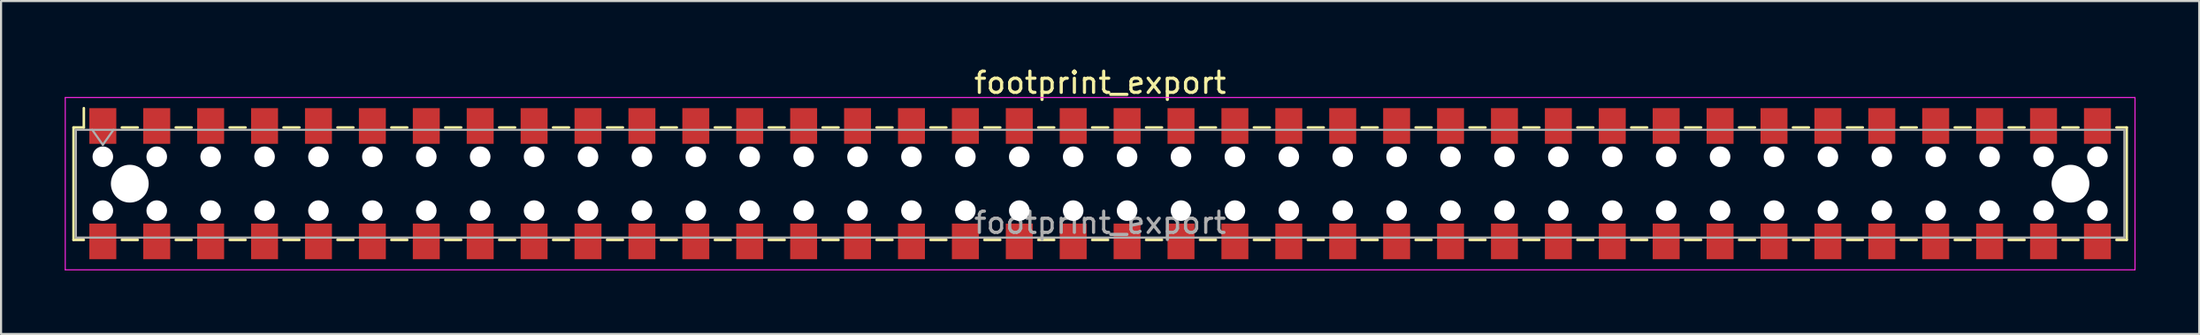
<source format=kicad_pcb>
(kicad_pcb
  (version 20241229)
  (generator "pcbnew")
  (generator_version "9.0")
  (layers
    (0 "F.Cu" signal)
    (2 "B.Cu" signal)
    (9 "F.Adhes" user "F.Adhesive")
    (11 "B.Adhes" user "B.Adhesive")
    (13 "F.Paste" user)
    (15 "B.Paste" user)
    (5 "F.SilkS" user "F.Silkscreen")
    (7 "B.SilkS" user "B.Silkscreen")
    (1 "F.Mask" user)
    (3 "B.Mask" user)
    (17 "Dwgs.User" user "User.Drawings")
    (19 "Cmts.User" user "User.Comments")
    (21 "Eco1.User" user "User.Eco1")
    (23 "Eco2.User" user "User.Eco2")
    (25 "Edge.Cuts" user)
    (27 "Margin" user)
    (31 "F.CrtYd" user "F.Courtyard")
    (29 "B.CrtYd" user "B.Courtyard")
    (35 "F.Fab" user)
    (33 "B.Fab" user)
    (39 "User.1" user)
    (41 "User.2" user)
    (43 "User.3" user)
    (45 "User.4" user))
  (footprint "footprint_export"
    (layer "F.Cu")
    (at 48.785 5.608)
    (property "Reference" "footprint_export" (at 0 -4.76 0) (layer "F.SilkS") (effects (font (size 1 1) (thickness 0.15))))
    (attr smd)
    (fp_line (start -48.37 -2.65) (end -48.37 2.65) (stroke (width 0.12) (type solid)) (layer "F.SilkS"))
    (fp_line (start -48.37 2.65) (end -47.885 2.65) (stroke (width 0.12) (type solid)) (layer "F.SilkS"))
    (fp_line (start -47.885 -3.56) (end -47.885 -2.65) (stroke (width 0.12) (type solid)) (layer "F.SilkS"))
    (fp_line (start -47.885 -2.65) (end -48.37 -2.65) (stroke (width 0.12) (type solid)) (layer "F.SilkS"))
    (fp_line (start -46.095 -2.65) (end -45.345 -2.65) (stroke (width 0.12) (type solid)) (layer "F.SilkS"))
    (fp_line (start -46.095 2.65) (end -45.345 2.65) (stroke (width 0.12) (type solid)) (layer "F.SilkS"))
    (fp_line (start -43.555 -2.65) (end -42.805 -2.65) (stroke (width 0.12) (type solid)) (layer "F.SilkS"))
    (fp_line (start -43.555 2.65) (end -42.805 2.65) (stroke (width 0.12) (type solid)) (layer "F.SilkS"))
    (fp_line (start -41.015 -2.65) (end -40.265 -2.65) (stroke (width 0.12) (type solid)) (layer "F.SilkS"))
    (fp_line (start -41.015 2.65) (end -40.265 2.65) (stroke (width 0.12) (type solid)) (layer "F.SilkS"))
    (fp_line (start -38.475 -2.65) (end -37.725 -2.65) (stroke (width 0.12) (type solid)) (layer "F.SilkS"))
    (fp_line (start -38.475 2.65) (end -37.725 2.65) (stroke (width 0.12) (type solid)) (layer "F.SilkS"))
    (fp_line (start -35.935 -2.65) (end -35.185 -2.65) (stroke (width 0.12) (type solid)) (layer "F.SilkS"))
    (fp_line (start -35.935 2.65) (end -35.185 2.65) (stroke (width 0.12) (type solid)) (layer "F.SilkS"))
    (fp_line (start -33.395 -2.65) (end -32.645 -2.65) (stroke (width 0.12) (type solid)) (layer "F.SilkS"))
    (fp_line (start -33.395 2.65) (end -32.645 2.65) (stroke (width 0.12) (type solid)) (layer "F.SilkS"))
    (fp_line (start -30.855 -2.65) (end -30.105 -2.65) (stroke (width 0.12) (type solid)) (layer "F.SilkS"))
    (fp_line (start -30.855 2.65) (end -30.105 2.65) (stroke (width 0.12) (type solid)) (layer "F.SilkS"))
    (fp_line (start -28.315 -2.65) (end -27.565 -2.65) (stroke (width 0.12) (type solid)) (layer "F.SilkS"))
    (fp_line (start -28.315 2.65) (end -27.565 2.65) (stroke (width 0.12) (type solid)) (layer "F.SilkS"))
    (fp_line (start -25.775 -2.65) (end -25.025 -2.65) (stroke (width 0.12) (type solid)) (layer "F.SilkS"))
    (fp_line (start -25.775 2.65) (end -25.025 2.65) (stroke (width 0.12) (type solid)) (layer "F.SilkS"))
    (fp_line (start -23.235 -2.65) (end -22.485 -2.65) (stroke (width 0.12) (type solid)) (layer "F.SilkS"))
    (fp_line (start -23.235 2.65) (end -22.485 2.65) (stroke (width 0.12) (type solid)) (layer "F.SilkS"))
    (fp_line (start -20.695 -2.65) (end -19.945 -2.65) (stroke (width 0.12) (type solid)) (layer "F.SilkS"))
    (fp_line (start -20.695 2.65) (end -19.945 2.65) (stroke (width 0.12) (type solid)) (layer "F.SilkS"))
    (fp_line (start -18.155 -2.65) (end -17.405 -2.65) (stroke (width 0.12) (type solid)) (layer "F.SilkS"))
    (fp_line (start -18.155 2.65) (end -17.405 2.65) (stroke (width 0.12) (type solid)) (layer "F.SilkS"))
    (fp_line (start -15.615 -2.65) (end -14.865 -2.65) (stroke (width 0.12) (type solid)) (layer "F.SilkS"))
    (fp_line (start -15.615 2.65) (end -14.865 2.65) (stroke (width 0.12) (type solid)) (layer "F.SilkS"))
    (fp_line (start -13.075 -2.65) (end -12.325 -2.65) (stroke (width 0.12) (type solid)) (layer "F.SilkS"))
    (fp_line (start -13.075 2.65) (end -12.325 2.65) (stroke (width 0.12) (type solid)) (layer "F.SilkS"))
    (fp_line (start -10.535 -2.65) (end -9.785 -2.65) (stroke (width 0.12) (type solid)) (layer "F.SilkS"))
    (fp_line (start -10.535 2.65) (end -9.785 2.65) (stroke (width 0.12) (type solid)) (layer "F.SilkS"))
    (fp_line (start -7.995 -2.65) (end -7.245 -2.65) (stroke (width 0.12) (type solid)) (layer "F.SilkS"))
    (fp_line (start -7.995 2.65) (end -7.245 2.65) (stroke (width 0.12) (type solid)) (layer "F.SilkS"))
    (fp_line (start -5.455 -2.65) (end -4.705 -2.65) (stroke (width 0.12) (type solid)) (layer "F.SilkS"))
    (fp_line (start -5.455 2.65) (end -4.705 2.65) (stroke (width 0.12) (type solid)) (layer "F.SilkS"))
    (fp_line (start -2.915 -2.65) (end -2.165 -2.65) (stroke (width 0.12) (type solid)) (layer "F.SilkS"))
    (fp_line (start -2.915 2.65) (end -2.165 2.65) (stroke (width 0.12) (type solid)) (layer "F.SilkS"))
    (fp_line (start -0.375 -2.65) (end 0.375 -2.65) (stroke (width 0.12) (type solid)) (layer "F.SilkS"))
    (fp_line (start -0.375 2.65) (end 0.375 2.65) (stroke (width 0.12) (type solid)) (layer "F.SilkS"))
    (fp_line (start 2.165 -2.65) (end 2.915 -2.65) (stroke (width 0.12) (type solid)) (layer "F.SilkS"))
    (fp_line (start 2.165 2.65) (end 2.915 2.65) (stroke (width 0.12) (type solid)) (layer "F.SilkS"))
    (fp_line (start 4.705 -2.65) (end 5.455 -2.65) (stroke (width 0.12) (type solid)) (layer "F.SilkS"))
    (fp_line (start 4.705 2.65) (end 5.455 2.65) (stroke (width 0.12) (type solid)) (layer "F.SilkS"))
    (fp_line (start 7.245 -2.65) (end 7.995 -2.65) (stroke (width 0.12) (type solid)) (layer "F.SilkS"))
    (fp_line (start 7.245 2.65) (end 7.995 2.65) (stroke (width 0.12) (type solid)) (layer "F.SilkS"))
    (fp_line (start 9.785 -2.65) (end 10.535 -2.65) (stroke (width 0.12) (type solid)) (layer "F.SilkS"))
    (fp_line (start 9.785 2.65) (end 10.535 2.65) (stroke (width 0.12) (type solid)) (layer "F.SilkS"))
    (fp_line (start 12.325 -2.65) (end 13.075 -2.65) (stroke (width 0.12) (type solid)) (layer "F.SilkS"))
    (fp_line (start 12.325 2.65) (end 13.075 2.65) (stroke (width 0.12) (type solid)) (layer "F.SilkS"))
    (fp_line (start 14.865 -2.65) (end 15.615 -2.65) (stroke (width 0.12) (type solid)) (layer "F.SilkS"))
    (fp_line (start 14.865 2.65) (end 15.615 2.65) (stroke (width 0.12) (type solid)) (layer "F.SilkS"))
    (fp_line (start 17.405 -2.65) (end 18.155 -2.65) (stroke (width 0.12) (type solid)) (layer "F.SilkS"))
    (fp_line (start 17.405 2.65) (end 18.155 2.65) (stroke (width 0.12) (type solid)) (layer "F.SilkS"))
    (fp_line (start 19.945 -2.65) (end 20.695 -2.65) (stroke (width 0.12) (type solid)) (layer "F.SilkS"))
    (fp_line (start 19.945 2.65) (end 20.695 2.65) (stroke (width 0.12) (type solid)) (layer "F.SilkS"))
    (fp_line (start 22.485 -2.65) (end 23.235 -2.65) (stroke (width 0.12) (type solid)) (layer "F.SilkS"))
    (fp_line (start 22.485 2.65) (end 23.235 2.65) (stroke (width 0.12) (type solid)) (layer "F.SilkS"))
    (fp_line (start 25.025 -2.65) (end 25.775 -2.65) (stroke (width 0.12) (type solid)) (layer "F.SilkS"))
    (fp_line (start 25.025 2.65) (end 25.775 2.65) (stroke (width 0.12) (type solid)) (layer "F.SilkS"))
    (fp_line (start 27.565 -2.65) (end 28.315 -2.65) (stroke (width 0.12) (type solid)) (layer "F.SilkS"))
    (fp_line (start 27.565 2.65) (end 28.315 2.65) (stroke (width 0.12) (type solid)) (layer "F.SilkS"))
    (fp_line (start 30.105 -2.65) (end 30.855 -2.65) (stroke (width 0.12) (type solid)) (layer "F.SilkS"))
    (fp_line (start 30.105 2.65) (end 30.855 2.65) (stroke (width 0.12) (type solid)) (layer "F.SilkS"))
    (fp_line (start 32.645 -2.65) (end 33.395 -2.65) (stroke (width 0.12) (type solid)) (layer "F.SilkS"))
    (fp_line (start 32.645 2.65) (end 33.395 2.65) (stroke (width 0.12) (type solid)) (layer "F.SilkS"))
    (fp_line (start 35.185 -2.65) (end 35.935 -2.65) (stroke (width 0.12) (type solid)) (layer "F.SilkS"))
    (fp_line (start 35.185 2.65) (end 35.935 2.65) (stroke (width 0.12) (type solid)) (layer "F.SilkS"))
    (fp_line (start 37.725 -2.65) (end 38.475 -2.65) (stroke (width 0.12) (type solid)) (layer "F.SilkS"))
    (fp_line (start 37.725 2.65) (end 38.475 2.65) (stroke (width 0.12) (type solid)) (layer "F.SilkS"))
    (fp_line (start 40.265 -2.65) (end 41.015 -2.65) (stroke (width 0.12) (type solid)) (layer "F.SilkS"))
    (fp_line (start 40.265 2.65) (end 41.015 2.65) (stroke (width 0.12) (type solid)) (layer "F.SilkS"))
    (fp_line (start 42.805 -2.65) (end 43.555 -2.65) (stroke (width 0.12) (type solid)) (layer "F.SilkS"))
    (fp_line (start 42.805 2.65) (end 43.555 2.65) (stroke (width 0.12) (type solid)) (layer "F.SilkS"))
    (fp_line (start 45.345 -2.65) (end 46.095 -2.65) (stroke (width 0.12) (type solid)) (layer "F.SilkS"))
    (fp_line (start 45.345 2.65) (end 46.095 2.65) (stroke (width 0.12) (type solid)) (layer "F.SilkS"))
    (fp_line (start 47.885 -2.65) (end 48.37 -2.65) (stroke (width 0.12) (type solid)) (layer "F.SilkS"))
    (fp_line (start 48.37 -2.65) (end 48.37 2.65) (stroke (width 0.12) (type solid)) (layer "F.SilkS"))
    (fp_line (start 48.37 2.65) (end 47.885 2.65) (stroke (width 0.12) (type solid)) (layer "F.SilkS"))
    (fp_line (start -48.76 -4.06) (end 48.76 -4.06) (stroke (width 0.05) (type solid)) (layer "F.CrtYd"))
    (fp_line (start -48.76 4.06) (end -48.76 -4.06) (stroke (width 0.05) (type solid)) (layer "F.CrtYd"))
    (fp_line (start 48.76 -4.06) (end 48.76 4.06) (stroke (width 0.05) (type solid)) (layer "F.CrtYd"))
    (fp_line (start 48.76 4.06) (end -48.76 4.06) (stroke (width 0.05) (type solid)) (layer "F.CrtYd"))
    (fp_line (start -48.26 -2.54) (end 48.26 -2.54) (stroke (width 0.1) (type solid)) (layer "F.Fab"))
    (fp_line (start -48.26 2.54) (end -48.26 -2.54) (stroke (width 0.1) (type solid)) (layer "F.Fab"))
    (fp_line (start -47.49 -2.54) (end -46.99 -1.833) (stroke (width 0.1) (type solid)) (layer "F.Fab"))
    (fp_line (start -46.99 -1.833) (end -46.49 -2.54) (stroke (width 0.1) (type solid)) (layer "F.Fab"))
    (fp_line (start 48.26 -2.54) (end 48.26 2.54) (stroke (width 0.1) (type solid)) (layer "F.Fab"))
    (fp_line (start 48.26 2.54) (end -48.26 2.54) (stroke (width 0.1) (type solid)) (layer "F.Fab"))
    (fp_text user "${REFERENCE}" (at 0 1.84 0) (layer "F.Fab") (effects (font (size 1 1) (thickness 0.15))))
    (pad "" np_thru_hole circle (at -46.99 -1.27) (size 0.97 0.97) (drill 0.97) (layers "*.Cu" "*.Mask"))
    (pad "" np_thru_hole circle (at -46.99 1.27) (size 0.97 0.97) (drill 0.97) (layers "*.Cu" "*.Mask"))
    (pad "" np_thru_hole circle (at -45.72 0) (size 1.78 1.78) (drill 1.78) (layers "*.Cu" "*.Mask"))
    (pad "" np_thru_hole circle (at -44.45 -1.27) (size 0.97 0.97) (drill 0.97) (layers "*.Cu" "*.Mask"))
    (pad "" np_thru_hole circle (at -44.45 1.27) (size 0.97 0.97) (drill 0.97) (layers "*.Cu" "*.Mask"))
    (pad "" np_thru_hole circle (at -41.91 -1.27) (size 0.97 0.97) (drill 0.97) (layers "*.Cu" "*.Mask"))
    (pad "" np_thru_hole circle (at -41.91 1.27) (size 0.97 0.97) (drill 0.97) (layers "*.Cu" "*.Mask"))
    (pad "" np_thru_hole circle (at -39.37 -1.27) (size 0.97 0.97) (drill 0.97) (layers "*.Cu" "*.Mask"))
    (pad "" np_thru_hole circle (at -39.37 1.27) (size 0.97 0.97) (drill 0.97) (layers "*.Cu" "*.Mask"))
    (pad "" np_thru_hole circle (at -36.83 -1.27) (size 0.97 0.97) (drill 0.97) (layers "*.Cu" "*.Mask"))
    (pad "" np_thru_hole circle (at -36.83 1.27) (size 0.97 0.97) (drill 0.97) (layers "*.Cu" "*.Mask"))
    (pad "" np_thru_hole circle (at -34.29 -1.27) (size 0.97 0.97) (drill 0.97) (layers "*.Cu" "*.Mask"))
    (pad "" np_thru_hole circle (at -34.29 1.27) (size 0.97 0.97) (drill 0.97) (layers "*.Cu" "*.Mask"))
    (pad "" np_thru_hole circle (at -31.75 -1.27) (size 0.97 0.97) (drill 0.97) (layers "*.Cu" "*.Mask"))
    (pad "" np_thru_hole circle (at -31.75 1.27) (size 0.97 0.97) (drill 0.97) (layers "*.Cu" "*.Mask"))
    (pad "" np_thru_hole circle (at -29.21 -1.27) (size 0.97 0.97) (drill 0.97) (layers "*.Cu" "*.Mask"))
    (pad "" np_thru_hole circle (at -29.21 1.27) (size 0.97 0.97) (drill 0.97) (layers "*.Cu" "*.Mask"))
    (pad "" np_thru_hole circle (at -26.67 -1.27) (size 0.97 0.97) (drill 0.97) (layers "*.Cu" "*.Mask"))
    (pad "" np_thru_hole circle (at -26.67 1.27) (size 0.97 0.97) (drill 0.97) (layers "*.Cu" "*.Mask"))
    (pad "" np_thru_hole circle (at -24.13 -1.27) (size 0.97 0.97) (drill 0.97) (layers "*.Cu" "*.Mask"))
    (pad "" np_thru_hole circle (at -24.13 1.27) (size 0.97 0.97) (drill 0.97) (layers "*.Cu" "*.Mask"))
    (pad "" np_thru_hole circle (at -21.59 -1.27) (size 0.97 0.97) (drill 0.97) (layers "*.Cu" "*.Mask"))
    (pad "" np_thru_hole circle (at -21.59 1.27) (size 0.97 0.97) (drill 0.97) (layers "*.Cu" "*.Mask"))
    (pad "" np_thru_hole circle (at -19.05 -1.27) (size 0.97 0.97) (drill 0.97) (layers "*.Cu" "*.Mask"))
    (pad "" np_thru_hole circle (at -19.05 1.27) (size 0.97 0.97) (drill 0.97) (layers "*.Cu" "*.Mask"))
    (pad "" np_thru_hole circle (at -16.51 -1.27) (size 0.97 0.97) (drill 0.97) (layers "*.Cu" "*.Mask"))
    (pad "" np_thru_hole circle (at -16.51 1.27) (size 0.97 0.97) (drill 0.97) (layers "*.Cu" "*.Mask"))
    (pad "" np_thru_hole circle (at -13.97 -1.27) (size 0.97 0.97) (drill 0.97) (layers "*.Cu" "*.Mask"))
    (pad "" np_thru_hole circle (at -13.97 1.27) (size 0.97 0.97) (drill 0.97) (layers "*.Cu" "*.Mask"))
    (pad "" np_thru_hole circle (at -11.43 -1.27) (size 0.97 0.97) (drill 0.97) (layers "*.Cu" "*.Mask"))
    (pad "" np_thru_hole circle (at -11.43 1.27) (size 0.97 0.97) (drill 0.97) (layers "*.Cu" "*.Mask"))
    (pad "" np_thru_hole circle (at -8.89 -1.27) (size 0.97 0.97) (drill 0.97) (layers "*.Cu" "*.Mask"))
    (pad "" np_thru_hole circle (at -8.89 1.27) (size 0.97 0.97) (drill 0.97) (layers "*.Cu" "*.Mask"))
    (pad "" np_thru_hole circle (at -6.35 -1.27) (size 0.97 0.97) (drill 0.97) (layers "*.Cu" "*.Mask"))
    (pad "" np_thru_hole circle (at -6.35 1.27) (size 0.97 0.97) (drill 0.97) (layers "*.Cu" "*.Mask"))
    (pad "" np_thru_hole circle (at -3.81 -1.27) (size 0.97 0.97) (drill 0.97) (layers "*.Cu" "*.Mask"))
    (pad "" np_thru_hole circle (at -3.81 1.27) (size 0.97 0.97) (drill 0.97) (layers "*.Cu" "*.Mask"))
    (pad "" np_thru_hole circle (at -1.27 -1.27) (size 0.97 0.97) (drill 0.97) (layers "*.Cu" "*.Mask"))
    (pad "" np_thru_hole circle (at -1.27 1.27) (size 0.97 0.97) (drill 0.97) (layers "*.Cu" "*.Mask"))
    (pad "" np_thru_hole circle (at 1.27 -1.27) (size 0.97 0.97) (drill 0.97) (layers "*.Cu" "*.Mask"))
    (pad "" np_thru_hole circle (at 1.27 1.27) (size 0.97 0.97) (drill 0.97) (layers "*.Cu" "*.Mask"))
    (pad "" np_thru_hole circle (at 3.81 -1.27) (size 0.97 0.97) (drill 0.97) (layers "*.Cu" "*.Mask"))
    (pad "" np_thru_hole circle (at 3.81 1.27) (size 0.97 0.97) (drill 0.97) (layers "*.Cu" "*.Mask"))
    (pad "" np_thru_hole circle (at 6.35 -1.27) (size 0.97 0.97) (drill 0.97) (layers "*.Cu" "*.Mask"))
    (pad "" np_thru_hole circle (at 6.35 1.27) (size 0.97 0.97) (drill 0.97) (layers "*.Cu" "*.Mask"))
    (pad "" np_thru_hole circle (at 8.89 -1.27) (size 0.97 0.97) (drill 0.97) (layers "*.Cu" "*.Mask"))
    (pad "" np_thru_hole circle (at 8.89 1.27) (size 0.97 0.97) (drill 0.97) (layers "*.Cu" "*.Mask"))
    (pad "" np_thru_hole circle (at 11.43 -1.27) (size 0.97 0.97) (drill 0.97) (layers "*.Cu" "*.Mask"))
    (pad "" np_thru_hole circle (at 11.43 1.27) (size 0.97 0.97) (drill 0.97) (layers "*.Cu" "*.Mask"))
    (pad "" np_thru_hole circle (at 13.97 -1.27) (size 0.97 0.97) (drill 0.97) (layers "*.Cu" "*.Mask"))
    (pad "" np_thru_hole circle (at 13.97 1.27) (size 0.97 0.97) (drill 0.97) (layers "*.Cu" "*.Mask"))
    (pad "" np_thru_hole circle (at 16.51 -1.27) (size 0.97 0.97) (drill 0.97) (layers "*.Cu" "*.Mask"))
    (pad "" np_thru_hole circle (at 16.51 1.27) (size 0.97 0.97) (drill 0.97) (layers "*.Cu" "*.Mask"))
    (pad "" np_thru_hole circle (at 19.05 -1.27) (size 0.97 0.97) (drill 0.97) (layers "*.Cu" "*.Mask"))
    (pad "" np_thru_hole circle (at 19.05 1.27) (size 0.97 0.97) (drill 0.97) (layers "*.Cu" "*.Mask"))
    (pad "" np_thru_hole circle (at 21.59 -1.27) (size 0.97 0.97) (drill 0.97) (layers "*.Cu" "*.Mask"))
    (pad "" np_thru_hole circle (at 21.59 1.27) (size 0.97 0.97) (drill 0.97) (layers "*.Cu" "*.Mask"))
    (pad "" np_thru_hole circle (at 24.13 -1.27) (size 0.97 0.97) (drill 0.97) (layers "*.Cu" "*.Mask"))
    (pad "" np_thru_hole circle (at 24.13 1.27) (size 0.97 0.97) (drill 0.97) (layers "*.Cu" "*.Mask"))
    (pad "" np_thru_hole circle (at 26.67 -1.27) (size 0.97 0.97) (drill 0.97) (layers "*.Cu" "*.Mask"))
    (pad "" np_thru_hole circle (at 26.67 1.27) (size 0.97 0.97) (drill 0.97) (layers "*.Cu" "*.Mask"))
    (pad "" np_thru_hole circle (at 29.21 -1.27) (size 0.97 0.97) (drill 0.97) (layers "*.Cu" "*.Mask"))
    (pad "" np_thru_hole circle (at 29.21 1.27) (size 0.97 0.97) (drill 0.97) (layers "*.Cu" "*.Mask"))
    (pad "" np_thru_hole circle (at 31.75 -1.27) (size 0.97 0.97) (drill 0.97) (layers "*.Cu" "*.Mask"))
    (pad "" np_thru_hole circle (at 31.75 1.27) (size 0.97 0.97) (drill 0.97) (layers "*.Cu" "*.Mask"))
    (pad "" np_thru_hole circle (at 34.29 -1.27) (size 0.97 0.97) (drill 0.97) (layers "*.Cu" "*.Mask"))
    (pad "" np_thru_hole circle (at 34.29 1.27) (size 0.97 0.97) (drill 0.97) (layers "*.Cu" "*.Mask"))
    (pad "" np_thru_hole circle (at 36.83 -1.27) (size 0.97 0.97) (drill 0.97) (layers "*.Cu" "*.Mask"))
    (pad "" np_thru_hole circle (at 36.83 1.27) (size 0.97 0.97) (drill 0.97) (layers "*.Cu" "*.Mask"))
    (pad "" np_thru_hole circle (at 39.37 -1.27) (size 0.97 0.97) (drill 0.97) (layers "*.Cu" "*.Mask"))
    (pad "" np_thru_hole circle (at 39.37 1.27) (size 0.97 0.97) (drill 0.97) (layers "*.Cu" "*.Mask"))
    (pad "" np_thru_hole circle (at 41.91 -1.27) (size 0.97 0.97) (drill 0.97) (layers "*.Cu" "*.Mask"))
    (pad "" np_thru_hole circle (at 41.91 1.27) (size 0.97 0.97) (drill 0.97) (layers "*.Cu" "*.Mask"))
    (pad "" np_thru_hole circle (at 44.45 -1.27) (size 0.97 0.97) (drill 0.97) (layers "*.Cu" "*.Mask"))
    (pad "" np_thru_hole circle (at 44.45 1.27) (size 0.97 0.97) (drill 0.97) (layers "*.Cu" "*.Mask"))
    (pad "" np_thru_hole circle (at 45.72 0) (size 1.78 1.78) (drill 1.78) (layers "*.Cu" "*.Mask"))
    (pad "" np_thru_hole circle (at 46.99 -1.27) (size 0.97 0.97) (drill 0.97) (layers "*.Cu" "*.Mask"))
    (pad "" np_thru_hole circle (at 46.99 1.27) (size 0.97 0.97) (drill 0.97) (layers "*.Cu" "*.Mask"))
    (pad "1" smd rect (at -46.99 -2.72) (size 1.27 1.68) (layers "F.Cu" "F.Mask" "F.Paste"))
    (pad "2" smd rect (at -46.99 2.72) (size 1.27 1.68) (layers "F.Cu" "F.Mask" "F.Paste"))
    (pad "3" smd rect (at -44.45 -2.72) (size 1.27 1.68) (layers "F.Cu" "F.Mask" "F.Paste"))
    (pad "4" smd rect (at -44.45 2.72) (size 1.27 1.68) (layers "F.Cu" "F.Mask" "F.Paste"))
    (pad "5" smd rect (at -41.91 -2.72) (size 1.27 1.68) (layers "F.Cu" "F.Mask" "F.Paste"))
    (pad "6" smd rect (at -41.91 2.72) (size 1.27 1.68) (layers "F.Cu" "F.Mask" "F.Paste"))
    (pad "7" smd rect (at -39.37 -2.72) (size 1.27 1.68) (layers "F.Cu" "F.Mask" "F.Paste"))
    (pad "8" smd rect (at -39.37 2.72) (size 1.27 1.68) (layers "F.Cu" "F.Mask" "F.Paste"))
    (pad "9" smd rect (at -36.83 -2.72) (size 1.27 1.68) (layers "F.Cu" "F.Mask" "F.Paste"))
    (pad "10" smd rect (at -36.83 2.72) (size 1.27 1.68) (layers "F.Cu" "F.Mask" "F.Paste"))
    (pad "11" smd rect (at -34.29 -2.72) (size 1.27 1.68) (layers "F.Cu" "F.Mask" "F.Paste"))
    (pad "12" smd rect (at -34.29 2.72) (size 1.27 1.68) (layers "F.Cu" "F.Mask" "F.Paste"))
    (pad "13" smd rect (at -31.75 -2.72) (size 1.27 1.68) (layers "F.Cu" "F.Mask" "F.Paste"))
    (pad "14" smd rect (at -31.75 2.72) (size 1.27 1.68) (layers "F.Cu" "F.Mask" "F.Paste"))
    (pad "15" smd rect (at -29.21 -2.72) (size 1.27 1.68) (layers "F.Cu" "F.Mask" "F.Paste"))
    (pad "16" smd rect (at -29.21 2.72) (size 1.27 1.68) (layers "F.Cu" "F.Mask" "F.Paste"))
    (pad "17" smd rect (at -26.67 -2.72) (size 1.27 1.68) (layers "F.Cu" "F.Mask" "F.Paste"))
    (pad "18" smd rect (at -26.67 2.72) (size 1.27 1.68) (layers "F.Cu" "F.Mask" "F.Paste"))
    (pad "19" smd rect (at -24.13 -2.72) (size 1.27 1.68) (layers "F.Cu" "F.Mask" "F.Paste"))
    (pad "20" smd rect (at -24.13 2.72) (size 1.27 1.68) (layers "F.Cu" "F.Mask" "F.Paste"))
    (pad "21" smd rect (at -21.59 -2.72) (size 1.27 1.68) (layers "F.Cu" "F.Mask" "F.Paste"))
    (pad "22" smd rect (at -21.59 2.72) (size 1.27 1.68) (layers "F.Cu" "F.Mask" "F.Paste"))
    (pad "23" smd rect (at -19.05 -2.72) (size 1.27 1.68) (layers "F.Cu" "F.Mask" "F.Paste"))
    (pad "24" smd rect (at -19.05 2.72) (size 1.27 1.68) (layers "F.Cu" "F.Mask" "F.Paste"))
    (pad "25" smd rect (at -16.51 -2.72) (size 1.27 1.68) (layers "F.Cu" "F.Mask" "F.Paste"))
    (pad "26" smd rect (at -16.51 2.72) (size 1.27 1.68) (layers "F.Cu" "F.Mask" "F.Paste"))
    (pad "27" smd rect (at -13.97 -2.72) (size 1.27 1.68) (layers "F.Cu" "F.Mask" "F.Paste"))
    (pad "28" smd rect (at -13.97 2.72) (size 1.27 1.68) (layers "F.Cu" "F.Mask" "F.Paste"))
    (pad "29" smd rect (at -11.43 -2.72) (size 1.27 1.68) (layers "F.Cu" "F.Mask" "F.Paste"))
    (pad "30" smd rect (at -11.43 2.72) (size 1.27 1.68) (layers "F.Cu" "F.Mask" "F.Paste"))
    (pad "31" smd rect (at -8.89 -2.72) (size 1.27 1.68) (layers "F.Cu" "F.Mask" "F.Paste"))
    (pad "32" smd rect (at -8.89 2.72) (size 1.27 1.68) (layers "F.Cu" "F.Mask" "F.Paste"))
    (pad "33" smd rect (at -6.35 -2.72) (size 1.27 1.68) (layers "F.Cu" "F.Mask" "F.Paste"))
    (pad "34" smd rect (at -6.35 2.72) (size 1.27 1.68) (layers "F.Cu" "F.Mask" "F.Paste"))
    (pad "35" smd rect (at -3.81 -2.72) (size 1.27 1.68) (layers "F.Cu" "F.Mask" "F.Paste"))
    (pad "36" smd rect (at -3.81 2.72) (size 1.27 1.68) (layers "F.Cu" "F.Mask" "F.Paste"))
    (pad "37" smd rect (at -1.27 -2.72) (size 1.27 1.68) (layers "F.Cu" "F.Mask" "F.Paste"))
    (pad "38" smd rect (at -1.27 2.72) (size 1.27 1.68) (layers "F.Cu" "F.Mask" "F.Paste"))
    (pad "39" smd rect (at 1.27 -2.72) (size 1.27 1.68) (layers "F.Cu" "F.Mask" "F.Paste"))
    (pad "40" smd rect (at 1.27 2.72) (size 1.27 1.68) (layers "F.Cu" "F.Mask" "F.Paste"))
    (pad "41" smd rect (at 3.81 -2.72) (size 1.27 1.68) (layers "F.Cu" "F.Mask" "F.Paste"))
    (pad "42" smd rect (at 3.81 2.72) (size 1.27 1.68) (layers "F.Cu" "F.Mask" "F.Paste"))
    (pad "43" smd rect (at 6.35 -2.72) (size 1.27 1.68) (layers "F.Cu" "F.Mask" "F.Paste"))
    (pad "44" smd rect (at 6.35 2.72) (size 1.27 1.68) (layers "F.Cu" "F.Mask" "F.Paste"))
    (pad "45" smd rect (at 8.89 -2.72) (size 1.27 1.68) (layers "F.Cu" "F.Mask" "F.Paste"))
    (pad "46" smd rect (at 8.89 2.72) (size 1.27 1.68) (layers "F.Cu" "F.Mask" "F.Paste"))
    (pad "47" smd rect (at 11.43 -2.72) (size 1.27 1.68) (layers "F.Cu" "F.Mask" "F.Paste"))
    (pad "48" smd rect (at 11.43 2.72) (size 1.27 1.68) (layers "F.Cu" "F.Mask" "F.Paste"))
    (pad "49" smd rect (at 13.97 -2.72) (size 1.27 1.68) (layers "F.Cu" "F.Mask" "F.Paste"))
    (pad "50" smd rect (at 13.97 2.72) (size 1.27 1.68) (layers "F.Cu" "F.Mask" "F.Paste"))
    (pad "51" smd rect (at 16.51 -2.72) (size 1.27 1.68) (layers "F.Cu" "F.Mask" "F.Paste"))
    (pad "52" smd rect (at 16.51 2.72) (size 1.27 1.68) (layers "F.Cu" "F.Mask" "F.Paste"))
    (pad "53" smd rect (at 19.05 -2.72) (size 1.27 1.68) (layers "F.Cu" "F.Mask" "F.Paste"))
    (pad "54" smd rect (at 19.05 2.72) (size 1.27 1.68) (layers "F.Cu" "F.Mask" "F.Paste"))
    (pad "55" smd rect (at 21.59 -2.72) (size 1.27 1.68) (layers "F.Cu" "F.Mask" "F.Paste"))
    (pad "56" smd rect (at 21.59 2.72) (size 1.27 1.68) (layers "F.Cu" "F.Mask" "F.Paste"))
    (pad "57" smd rect (at 24.13 -2.72) (size 1.27 1.68) (layers "F.Cu" "F.Mask" "F.Paste"))
    (pad "58" smd rect (at 24.13 2.72) (size 1.27 1.68) (layers "F.Cu" "F.Mask" "F.Paste"))
    (pad "59" smd rect (at 26.67 -2.72) (size 1.27 1.68) (layers "F.Cu" "F.Mask" "F.Paste"))
    (pad "60" smd rect (at 26.67 2.72) (size 1.27 1.68) (layers "F.Cu" "F.Mask" "F.Paste"))
    (pad "61" smd rect (at 29.21 -2.72) (size 1.27 1.68) (layers "F.Cu" "F.Mask" "F.Paste"))
    (pad "62" smd rect (at 29.21 2.72) (size 1.27 1.68) (layers "F.Cu" "F.Mask" "F.Paste"))
    (pad "63" smd rect (at 31.75 -2.72) (size 1.27 1.68) (layers "F.Cu" "F.Mask" "F.Paste"))
    (pad "64" smd rect (at 31.75 2.72) (size 1.27 1.68) (layers "F.Cu" "F.Mask" "F.Paste"))
    (pad "65" smd rect (at 34.29 -2.72) (size 1.27 1.68) (layers "F.Cu" "F.Mask" "F.Paste"))
    (pad "66" smd rect (at 34.29 2.72) (size 1.27 1.68) (layers "F.Cu" "F.Mask" "F.Paste"))
    (pad "67" smd rect (at 36.83 -2.72) (size 1.27 1.68) (layers "F.Cu" "F.Mask" "F.Paste"))
    (pad "68" smd rect (at 36.83 2.72) (size 1.27 1.68) (layers "F.Cu" "F.Mask" "F.Paste"))
    (pad "69" smd rect (at 39.37 -2.72) (size 1.27 1.68) (layers "F.Cu" "F.Mask" "F.Paste"))
    (pad "70" smd rect (at 39.37 2.72) (size 1.27 1.68) (layers "F.Cu" "F.Mask" "F.Paste"))
    (pad "71" smd rect (at 41.91 -2.72) (size 1.27 1.68) (layers "F.Cu" "F.Mask" "F.Paste"))
    (pad "72" smd rect (at 41.91 2.72) (size 1.27 1.68) (layers "F.Cu" "F.Mask" "F.Paste"))
    (pad "73" smd rect (at 44.45 -2.72) (size 1.27 1.68) (layers "F.Cu" "F.Mask" "F.Paste"))
    (pad "74" smd rect (at 44.45 2.72) (size 1.27 1.68) (layers "F.Cu" "F.Mask" "F.Paste"))
    (pad "75" smd rect (at 46.99 -2.72) (size 1.27 1.68) (layers "F.Cu" "F.Mask" "F.Paste"))
    (pad "76" smd rect (at 46.99 2.72) (size 1.27 1.68) (layers "F.Cu" "F.Mask" "F.Paste")))
  (gr_rect
    (start -3 -3)
    (end 100.57 12.693)
    (stroke (width 0.1) (type default))
    (fill no)
    (layer "Edge.Cuts")))
</source>
